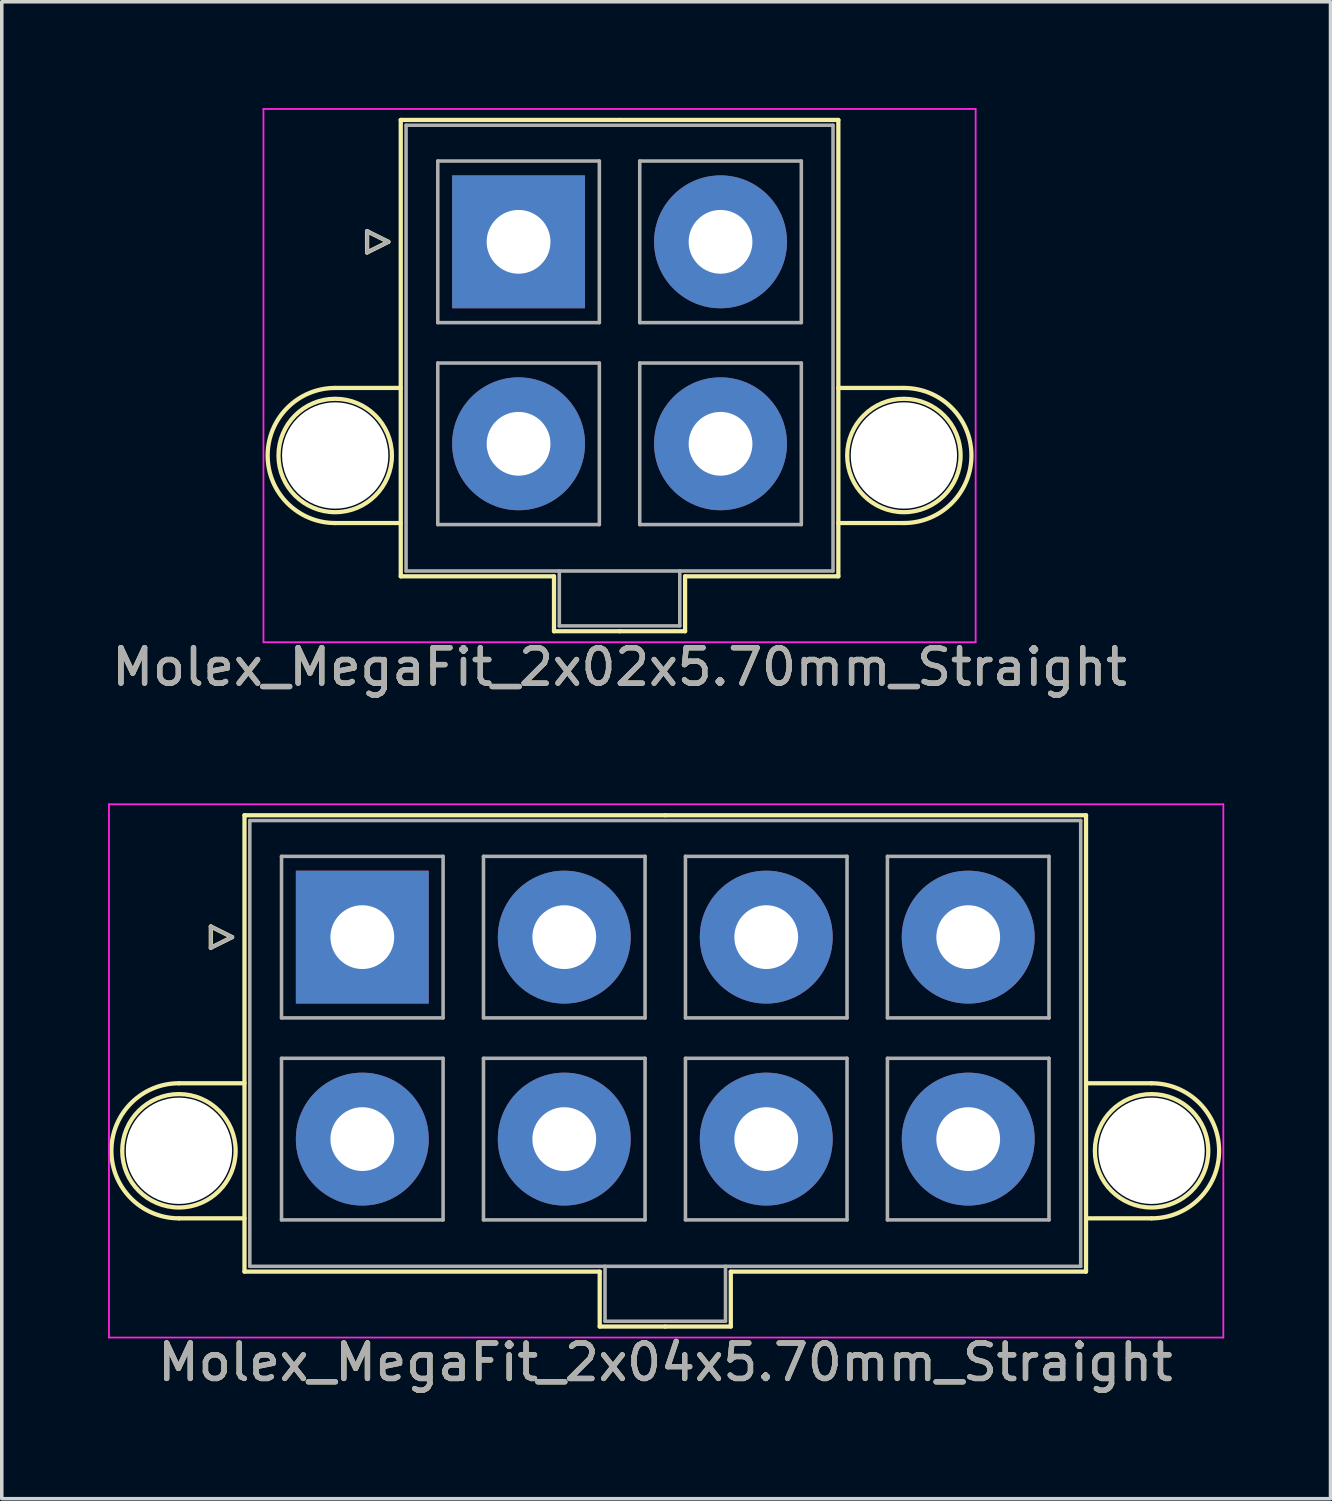
<source format=kicad_pcb>
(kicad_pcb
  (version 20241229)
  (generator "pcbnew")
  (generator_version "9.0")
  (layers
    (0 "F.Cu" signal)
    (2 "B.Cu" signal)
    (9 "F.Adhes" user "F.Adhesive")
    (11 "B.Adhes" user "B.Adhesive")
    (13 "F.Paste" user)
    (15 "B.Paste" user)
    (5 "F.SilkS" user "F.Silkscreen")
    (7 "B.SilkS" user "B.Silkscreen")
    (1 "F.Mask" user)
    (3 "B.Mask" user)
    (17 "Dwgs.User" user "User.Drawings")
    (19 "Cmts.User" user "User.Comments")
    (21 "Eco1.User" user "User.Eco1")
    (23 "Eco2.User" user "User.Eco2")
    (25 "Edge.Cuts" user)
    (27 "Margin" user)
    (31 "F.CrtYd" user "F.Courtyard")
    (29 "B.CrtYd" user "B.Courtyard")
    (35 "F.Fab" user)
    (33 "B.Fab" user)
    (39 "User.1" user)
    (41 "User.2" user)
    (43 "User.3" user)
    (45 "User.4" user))
  (footprint "Molex_MegaFit_2x04x5.70mm_Straight"
    (layer "F.Cu")
    (at 7.175 23.398)
    (property "Reference" "Molex_MegaFit_2x04x5.70mm_Straight" (at 8.55 12 0) (layer "F.SilkS") (effects (font (size 1 1) (thickness 0.15))))
    (attr through_hole)
    (fp_line (start -5.175 4.124) (end -3.325 4.124) (stroke (width 0.12) (type solid)) (layer "F.SilkS"))
    (fp_line (start -5.175 7.936) (end -3.325 7.936) (stroke (width 0.12) (type solid)) (layer "F.SilkS"))
    (fp_line (start -4.275 -0.3) (end -3.675 0) (stroke (width 0.12) (type solid)) (layer "F.SilkS"))
    (fp_line (start -4.275 0.3) (end -4.275 -0.3) (stroke (width 0.12) (type solid)) (layer "F.SilkS"))
    (fp_line (start -3.675 0) (end -4.275 0.3) (stroke (width 0.12) (type solid)) (layer "F.SilkS"))
    (fp_line (start -3.325 -3.44) (end -3.325 9.44) (stroke (width 0.12) (type solid)) (layer "F.SilkS"))
    (fp_line (start -3.325 9.44) (end 6.7 9.44) (stroke (width 0.12) (type solid)) (layer "F.SilkS"))
    (fp_line (start 6.7 9.44) (end 6.7 10.99) (stroke (width 0.12) (type solid)) (layer "F.SilkS"))
    (fp_line (start 6.7 10.99) (end 8.55 10.99) (stroke (width 0.12) (type solid)) (layer "F.SilkS"))
    (fp_line (start 8.55 -3.44) (end -3.325 -3.44) (stroke (width 0.12) (type solid)) (layer "F.SilkS"))
    (fp_line (start 8.55 -3.44) (end 20.425 -3.44) (stroke (width 0.12) (type solid)) (layer "F.SilkS"))
    (fp_line (start 10.4 9.44) (end 10.4 10.99) (stroke (width 0.12) (type solid)) (layer "F.SilkS"))
    (fp_line (start 10.4 10.99) (end 8.55 10.99) (stroke (width 0.12) (type solid)) (layer "F.SilkS"))
    (fp_line (start 20.425 -3.44) (end 20.425 9.44) (stroke (width 0.12) (type solid)) (layer "F.SilkS"))
    (fp_line (start 20.425 9.44) (end 10.4 9.44) (stroke (width 0.12) (type solid)) (layer "F.SilkS"))
    (fp_line (start 22.275 4.124) (end 20.425 4.124) (stroke (width 0.12) (type solid)) (layer "F.SilkS"))
    (fp_line (start 22.275 7.936) (end 20.425 7.936) (stroke (width 0.12) (type solid)) (layer "F.SilkS"))
    (fp_arc (start -5.175 7.93625) (mid -7.08125 6.03) (end -5.175 4.12375) (stroke (width 0.12) (type solid)) (layer "F.SilkS"))
    (fp_arc (start 22.275 4.12375) (mid 24.18125 6.03) (end 22.275 7.93625) (stroke (width 0.12) (type solid)) (layer "F.SilkS"))
    (fp_circle (center -5.175 6.03) (end -3.575 6.03) (stroke (width 0.12) (type solid)) (fill no) (layer "F.SilkS"))
    (fp_circle (center 22.275 6.03) (end 23.875 6.03) (stroke (width 0.12) (type solid)) (fill no) (layer "F.SilkS"))
    (fp_line (start -7.15 -3.75) (end -7.15 11.3) (stroke (width 0.05) (type solid)) (layer "F.CrtYd"))
    (fp_line (start -7.15 11.3) (end 24.3 11.3) (stroke (width 0.05) (type solid)) (layer "F.CrtYd"))
    (fp_line (start 24.3 -3.75) (end -7.15 -3.75) (stroke (width 0.05) (type solid)) (layer "F.CrtYd"))
    (fp_line (start 24.3 11.3) (end 24.3 -3.75) (stroke (width 0.05) (type solid)) (layer "F.CrtYd"))
    (fp_line (start -4.275 -0.3) (end -3.675 0) (stroke (width 0.1) (type solid)) (layer "F.Fab"))
    (fp_line (start -4.275 0.3) (end -4.275 -0.3) (stroke (width 0.1) (type solid)) (layer "F.Fab"))
    (fp_line (start -3.675 0) (end -4.275 0.3) (stroke (width 0.1) (type solid)) (layer "F.Fab"))
    (fp_line (start -3.175 -3.29) (end -3.175 9.29) (stroke (width 0.1) (type solid)) (layer "F.Fab"))
    (fp_line (start -3.175 9.29) (end 20.275 9.29) (stroke (width 0.1) (type solid)) (layer "F.Fab"))
    (fp_line (start -2.28 -2.28) (end -2.28 2.28) (stroke (width 0.1) (type solid)) (layer "F.Fab"))
    (fp_line (start -2.28 2.28) (end 2.28 2.28) (stroke (width 0.1) (type solid)) (layer "F.Fab"))
    (fp_line (start -2.28 3.42) (end -2.28 7.98) (stroke (width 0.1) (type solid)) (layer "F.Fab"))
    (fp_line (start -2.28 7.98) (end 2.28 7.98) (stroke (width 0.1) (type solid)) (layer "F.Fab"))
    (fp_line (start 2.28 -2.28) (end -2.28 -2.28) (stroke (width 0.1) (type solid)) (layer "F.Fab"))
    (fp_line (start 2.28 2.28) (end 2.28 -2.28) (stroke (width 0.1) (type solid)) (layer "F.Fab"))
    (fp_line (start 2.28 3.42) (end -2.28 3.42) (stroke (width 0.1) (type solid)) (layer "F.Fab"))
    (fp_line (start 2.28 7.98) (end 2.28 3.42) (stroke (width 0.1) (type solid)) (layer "F.Fab"))
    (fp_line (start 3.42 -2.28) (end 3.42 2.28) (stroke (width 0.1) (type solid)) (layer "F.Fab"))
    (fp_line (start 3.42 2.28) (end 7.98 2.28) (stroke (width 0.1) (type solid)) (layer "F.Fab"))
    (fp_line (start 3.42 3.42) (end 3.42 7.98) (stroke (width 0.1) (type solid)) (layer "F.Fab"))
    (fp_line (start 3.42 7.98) (end 7.98 7.98) (stroke (width 0.1) (type solid)) (layer "F.Fab"))
    (fp_line (start 6.85 9.29) (end 6.85 10.84) (stroke (width 0.1) (type solid)) (layer "F.Fab"))
    (fp_line (start 6.85 10.84) (end 10.25 10.84) (stroke (width 0.1) (type solid)) (layer "F.Fab"))
    (fp_line (start 7.98 -2.28) (end 3.42 -2.28) (stroke (width 0.1) (type solid)) (layer "F.Fab"))
    (fp_line (start 7.98 2.28) (end 7.98 -2.28) (stroke (width 0.1) (type solid)) (layer "F.Fab"))
    (fp_line (start 7.98 3.42) (end 3.42 3.42) (stroke (width 0.1) (type solid)) (layer "F.Fab"))
    (fp_line (start 7.98 7.98) (end 7.98 3.42) (stroke (width 0.1) (type solid)) (layer "F.Fab"))
    (fp_line (start 9.12 -2.28) (end 9.12 2.28) (stroke (width 0.1) (type solid)) (layer "F.Fab"))
    (fp_line (start 9.12 2.28) (end 13.68 2.28) (stroke (width 0.1) (type solid)) (layer "F.Fab"))
    (fp_line (start 9.12 3.42) (end 9.12 7.98) (stroke (width 0.1) (type solid)) (layer "F.Fab"))
    (fp_line (start 9.12 7.98) (end 13.68 7.98) (stroke (width 0.1) (type solid)) (layer "F.Fab"))
    (fp_line (start 10.25 10.84) (end 10.25 9.29) (stroke (width 0.1) (type solid)) (layer "F.Fab"))
    (fp_line (start 13.68 -2.28) (end 9.12 -2.28) (stroke (width 0.1) (type solid)) (layer "F.Fab"))
    (fp_line (start 13.68 2.28) (end 13.68 -2.28) (stroke (width 0.1) (type solid)) (layer "F.Fab"))
    (fp_line (start 13.68 3.42) (end 9.12 3.42) (stroke (width 0.1) (type solid)) (layer "F.Fab"))
    (fp_line (start 13.68 7.98) (end 13.68 3.42) (stroke (width 0.1) (type solid)) (layer "F.Fab"))
    (fp_line (start 14.82 -2.28) (end 14.82 2.28) (stroke (width 0.1) (type solid)) (layer "F.Fab"))
    (fp_line (start 14.82 2.28) (end 19.38 2.28) (stroke (width 0.1) (type solid)) (layer "F.Fab"))
    (fp_line (start 14.82 3.42) (end 14.82 7.98) (stroke (width 0.1) (type solid)) (layer "F.Fab"))
    (fp_line (start 14.82 7.98) (end 19.38 7.98) (stroke (width 0.1) (type solid)) (layer "F.Fab"))
    (fp_line (start 19.38 -2.28) (end 14.82 -2.28) (stroke (width 0.1) (type solid)) (layer "F.Fab"))
    (fp_line (start 19.38 2.28) (end 19.38 -2.28) (stroke (width 0.1) (type solid)) (layer "F.Fab"))
    (fp_line (start 19.38 3.42) (end 14.82 3.42) (stroke (width 0.1) (type solid)) (layer "F.Fab"))
    (fp_line (start 19.38 7.98) (end 19.38 3.42) (stroke (width 0.1) (type solid)) (layer "F.Fab"))
    (fp_line (start 20.275 -3.29) (end -3.175 -3.29) (stroke (width 0.1) (type solid)) (layer "F.Fab"))
    (fp_line (start 20.275 9.29) (end 20.275 -3.29) (stroke (width 0.1) (type solid)) (layer "F.Fab"))
    (fp_text user "${REFERENCE}" (at 8.55 12 0) (layer "F.Fab") (effects (font (size 1 1) (thickness 0.15))))
    (pad "" np_thru_hole circle (at -5.175 6.03) (size 3 3) (drill 3) (layers "*.Cu" "*.Mask"))
    (pad "" np_thru_hole circle (at 22.275 6.03) (size 3 3) (drill 3) (layers "*.Cu" "*.Mask"))
    (pad "1" thru_hole rect (at 0 0) (size 3.75 3.75) (drill 1.8) (layers "*.Cu" "*.Mask"))
    (pad "2" thru_hole circle (at 5.7 0) (size 3.75 3.75) (drill 1.8) (layers "*.Cu" "*.Mask"))
    (pad "3" thru_hole circle (at 11.4 0) (size 3.75 3.75) (drill 1.8) (layers "*.Cu" "*.Mask"))
    (pad "4" thru_hole circle (at 17.1 0) (size 3.75 3.75) (drill 1.8) (layers "*.Cu" "*.Mask"))
    (pad "5" thru_hole circle (at 0 5.7) (size 3.75 3.75) (drill 1.8) (layers "*.Cu" "*.Mask"))
    (pad "6" thru_hole circle (at 5.7 5.7) (size 3.75 3.75) (drill 1.8) (layers "*.Cu" "*.Mask"))
    (pad "7" thru_hole circle (at 11.4 5.7) (size 3.75 3.75) (drill 1.8) (layers "*.Cu" "*.Mask"))
    (pad "8" thru_hole circle (at 17.1 5.7) (size 3.75 3.75) (drill 1.8) (layers "*.Cu" "*.Mask")))
  (footprint "Molex_MegaFit_2x02x5.70mm_Straight"
    (layer "F.Cu")
    (at 11.585 3.775)
    (property "Reference" "Molex_MegaFit_2x02x5.70mm_Straight" (at 2.85 12 0) (layer "F.SilkS") (effects (font (size 1 1) (thickness 0.15))))
    (attr through_hole)
    (fp_line (start -5.175 4.124) (end -3.325 4.124) (stroke (width 0.12) (type solid)) (layer "F.SilkS"))
    (fp_line (start -5.175 7.936) (end -3.325 7.936) (stroke (width 0.12) (type solid)) (layer "F.SilkS"))
    (fp_line (start -4.275 -0.3) (end -3.675 0) (stroke (width 0.12) (type solid)) (layer "F.SilkS"))
    (fp_line (start -4.275 0.3) (end -4.275 -0.3) (stroke (width 0.12) (type solid)) (layer "F.SilkS"))
    (fp_line (start -3.675 0) (end -4.275 0.3) (stroke (width 0.12) (type solid)) (layer "F.SilkS"))
    (fp_line (start -3.325 -3.44) (end -3.325 9.44) (stroke (width 0.12) (type solid)) (layer "F.SilkS"))
    (fp_line (start -3.325 9.44) (end 1 9.44) (stroke (width 0.12) (type solid)) (layer "F.SilkS"))
    (fp_line (start 1 9.44) (end 1 10.99) (stroke (width 0.12) (type solid)) (layer "F.SilkS"))
    (fp_line (start 1 10.99) (end 2.85 10.99) (stroke (width 0.12) (type solid)) (layer "F.SilkS"))
    (fp_line (start 2.85 -3.44) (end -3.325 -3.44) (stroke (width 0.12) (type solid)) (layer "F.SilkS"))
    (fp_line (start 2.85 -3.44) (end 9.025 -3.44) (stroke (width 0.12) (type solid)) (layer "F.SilkS"))
    (fp_line (start 4.7 9.44) (end 4.7 10.99) (stroke (width 0.12) (type solid)) (layer "F.SilkS"))
    (fp_line (start 4.7 10.99) (end 2.85 10.99) (stroke (width 0.12) (type solid)) (layer "F.SilkS"))
    (fp_line (start 9.025 -3.44) (end 9.025 9.44) (stroke (width 0.12) (type solid)) (layer "F.SilkS"))
    (fp_line (start 9.025 9.44) (end 4.7 9.44) (stroke (width 0.12) (type solid)) (layer "F.SilkS"))
    (fp_line (start 10.875 4.124) (end 9.025 4.124) (stroke (width 0.12) (type solid)) (layer "F.SilkS"))
    (fp_line (start 10.875 7.936) (end 9.025 7.936) (stroke (width 0.12) (type solid)) (layer "F.SilkS"))
    (fp_arc (start -5.175 7.93625) (mid -7.08125 6.03) (end -5.175 4.12375) (stroke (width 0.12) (type solid)) (layer "F.SilkS"))
    (fp_arc (start 10.875 4.12375) (mid 12.78125 6.03) (end 10.875 7.93625) (stroke (width 0.12) (type solid)) (layer "F.SilkS"))
    (fp_circle (center -5.175 6.03) (end -3.575 6.03) (stroke (width 0.12) (type solid)) (fill no) (layer "F.SilkS"))
    (fp_circle (center 10.875 6.03) (end 12.475 6.03) (stroke (width 0.12) (type solid)) (fill no) (layer "F.SilkS"))
    (fp_line (start -7.2 -3.75) (end -7.2 11.3) (stroke (width 0.05) (type solid)) (layer "F.CrtYd"))
    (fp_line (start -7.2 11.3) (end 12.9 11.3) (stroke (width 0.05) (type solid)) (layer "F.CrtYd"))
    (fp_line (start 12.9 -3.75) (end -7.2 -3.75) (stroke (width 0.05) (type solid)) (layer "F.CrtYd"))
    (fp_line (start 12.9 11.3) (end 12.9 -3.75) (stroke (width 0.05) (type solid)) (layer "F.CrtYd"))
    (fp_line (start -4.275 -0.3) (end -3.675 0) (stroke (width 0.1) (type solid)) (layer "F.Fab"))
    (fp_line (start -4.275 0.3) (end -4.275 -0.3) (stroke (width 0.1) (type solid)) (layer "F.Fab"))
    (fp_line (start -3.675 0) (end -4.275 0.3) (stroke (width 0.1) (type solid)) (layer "F.Fab"))
    (fp_line (start -3.175 -3.29) (end -3.175 9.29) (stroke (width 0.1) (type solid)) (layer "F.Fab"))
    (fp_line (start -3.175 9.29) (end 8.875 9.29) (stroke (width 0.1) (type solid)) (layer "F.Fab"))
    (fp_line (start -2.28 -2.28) (end -2.28 2.28) (stroke (width 0.1) (type solid)) (layer "F.Fab"))
    (fp_line (start -2.28 2.28) (end 2.28 2.28) (stroke (width 0.1) (type solid)) (layer "F.Fab"))
    (fp_line (start -2.28 3.42) (end -2.28 7.98) (stroke (width 0.1) (type solid)) (layer "F.Fab"))
    (fp_line (start -2.28 7.98) (end 2.28 7.98) (stroke (width 0.1) (type solid)) (layer "F.Fab"))
    (fp_line (start 1.15 9.29) (end 1.15 10.84) (stroke (width 0.1) (type solid)) (layer "F.Fab"))
    (fp_line (start 1.15 10.84) (end 4.55 10.84) (stroke (width 0.1) (type solid)) (layer "F.Fab"))
    (fp_line (start 2.28 -2.28) (end -2.28 -2.28) (stroke (width 0.1) (type solid)) (layer "F.Fab"))
    (fp_line (start 2.28 2.28) (end 2.28 -2.28) (stroke (width 0.1) (type solid)) (layer "F.Fab"))
    (fp_line (start 2.28 3.42) (end -2.28 3.42) (stroke (width 0.1) (type solid)) (layer "F.Fab"))
    (fp_line (start 2.28 7.98) (end 2.28 3.42) (stroke (width 0.1) (type solid)) (layer "F.Fab"))
    (fp_line (start 3.42 -2.28) (end 3.42 2.28) (stroke (width 0.1) (type solid)) (layer "F.Fab"))
    (fp_line (start 3.42 2.28) (end 7.98 2.28) (stroke (width 0.1) (type solid)) (layer "F.Fab"))
    (fp_line (start 3.42 3.42) (end 3.42 7.98) (stroke (width 0.1) (type solid)) (layer "F.Fab"))
    (fp_line (start 3.42 7.98) (end 7.98 7.98) (stroke (width 0.1) (type solid)) (layer "F.Fab"))
    (fp_line (start 4.55 10.84) (end 4.55 9.29) (stroke (width 0.1) (type solid)) (layer "F.Fab"))
    (fp_line (start 7.98 -2.28) (end 3.42 -2.28) (stroke (width 0.1) (type solid)) (layer "F.Fab"))
    (fp_line (start 7.98 2.28) (end 7.98 -2.28) (stroke (width 0.1) (type solid)) (layer "F.Fab"))
    (fp_line (start 7.98 3.42) (end 3.42 3.42) (stroke (width 0.1) (type solid)) (layer "F.Fab"))
    (fp_line (start 7.98 7.98) (end 7.98 3.42) (stroke (width 0.1) (type solid)) (layer "F.Fab"))
    (fp_line (start 8.875 -3.29) (end -3.175 -3.29) (stroke (width 0.1) (type solid)) (layer "F.Fab"))
    (fp_line (start 8.875 9.29) (end 8.875 -3.29) (stroke (width 0.1) (type solid)) (layer "F.Fab"))
    (fp_text user "${REFERENCE}" (at 2.85 12 0) (layer "F.Fab") (effects (font (size 1 1) (thickness 0.15))))
    (pad "" np_thru_hole circle (at -5.175 6.03) (size 3 3) (drill 3) (layers "*.Cu" "*.Mask"))
    (pad "" np_thru_hole circle (at 10.875 6.03) (size 3 3) (drill 3) (layers "*.Cu" "*.Mask"))
    (pad "1" thru_hole rect (at 0 0) (size 3.75 3.75) (drill 1.8) (layers "*.Cu" "*.Mask"))
    (pad "2" thru_hole circle (at 5.7 0) (size 3.75 3.75) (drill 1.8) (layers "*.Cu" "*.Mask"))
    (pad "3" thru_hole circle (at 0 5.7) (size 3.75 3.75) (drill 1.8) (layers "*.Cu" "*.Mask"))
    (pad "4" thru_hole circle (at 5.7 5.7) (size 3.75 3.75) (drill 1.8) (layers "*.Cu" "*.Mask")))
  (gr_rect
    (start -3 -3)
    (end 34.5 39.246)
    (stroke (width 0.1) (type default))
    (fill no)
    (layer "Edge.Cuts")))
</source>
